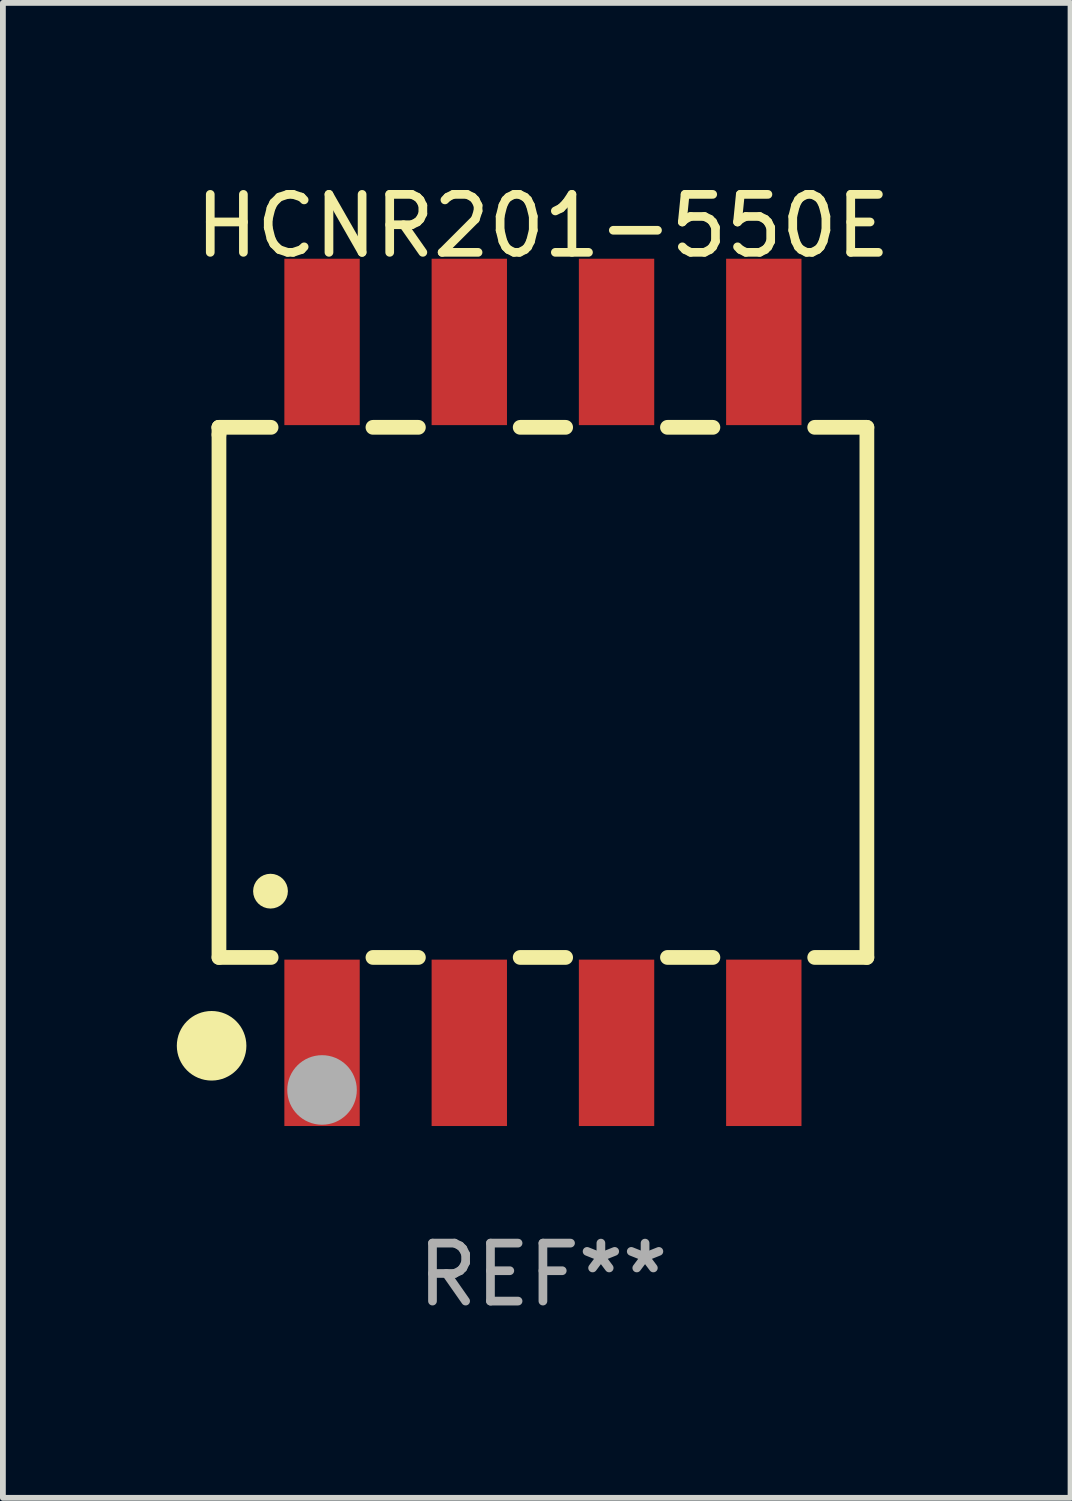
<source format=kicad_pcb>
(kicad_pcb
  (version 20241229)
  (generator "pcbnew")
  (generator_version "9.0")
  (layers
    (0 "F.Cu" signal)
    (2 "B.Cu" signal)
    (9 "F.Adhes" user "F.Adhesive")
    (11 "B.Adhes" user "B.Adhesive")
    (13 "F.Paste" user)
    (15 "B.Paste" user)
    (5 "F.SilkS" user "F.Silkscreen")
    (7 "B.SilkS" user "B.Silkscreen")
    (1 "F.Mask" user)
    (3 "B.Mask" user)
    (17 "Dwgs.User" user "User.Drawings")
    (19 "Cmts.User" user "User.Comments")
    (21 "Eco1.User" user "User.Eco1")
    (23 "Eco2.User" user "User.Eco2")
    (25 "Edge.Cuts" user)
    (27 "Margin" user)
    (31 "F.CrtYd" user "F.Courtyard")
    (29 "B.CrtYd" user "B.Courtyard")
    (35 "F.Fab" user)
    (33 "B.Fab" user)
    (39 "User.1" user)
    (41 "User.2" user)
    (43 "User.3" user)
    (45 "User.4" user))
  (footprint "HCNR201-550E"
    (layer "F.Cu")
    (at 6.315 8.893)
    (property "Reference" "HCNR201-550E" (at 0 -8.045 0) (layer "F.SilkS") (effects (font (size 1 1) (thickness 0.15))))
    (attr through_hole)
    (fp_line (start -5.588 -4.572) (end -5.588 -4.572) (stroke (width 0.254) (type solid)) (layer "F.SilkS"))
    (fp_line (start -5.588 -4.572) (end -5.588 -4.445) (stroke (width 0.254) (type solid)) (layer "F.SilkS"))
    (fp_line (start -5.588 -4.445) (end -5.588 4.572) (stroke (width 0.254) (type solid)) (layer "F.SilkS"))
    (fp_line (start -5.588 4.572) (end -4.688 4.572) (stroke (width 0.254) (type solid)) (layer "F.SilkS"))
    (fp_line (start -4.689 -4.572) (end -5.588 -4.572) (stroke (width 0.254) (type solid)) (layer "F.SilkS"))
    (fp_line (start -2.932 4.572) (end -2.148 4.572) (stroke (width 0.254) (type solid)) (layer "F.SilkS"))
    (fp_line (start -2.148 -4.572) (end -2.932 -4.572) (stroke (width 0.254) (type solid)) (layer "F.SilkS"))
    (fp_line (start -0.392 4.572) (end 0.392 4.572) (stroke (width 0.254) (type solid)) (layer "F.SilkS"))
    (fp_line (start 0.392 -4.572) (end -0.392 -4.572) (stroke (width 0.254) (type solid)) (layer "F.SilkS"))
    (fp_line (start 2.148 4.572) (end 2.932 4.572) (stroke (width 0.254) (type solid)) (layer "F.SilkS"))
    (fp_line (start 2.932 -4.572) (end 2.148 -4.572) (stroke (width 0.254) (type solid)) (layer "F.SilkS"))
    (fp_line (start 4.688 4.572) (end 5.588 4.572) (stroke (width 0.254) (type solid)) (layer "F.SilkS"))
    (fp_line (start 5.588 -4.572) (end 4.688 -4.572) (stroke (width 0.254) (type solid)) (layer "F.SilkS"))
    (fp_line (start 5.588 4.572) (end 5.588 -4.572) (stroke (width 0.254) (type solid)) (layer "F.SilkS"))
    (fp_circle (center -5.715 6.096) (end -5.415 6.096) (stroke (width 0.6) (type solid)) (fill no) (layer "F.SilkS"))
    (fp_circle (center -5.6 6.15) (end -5.57 6.15) (stroke (width 0.06) (type solid)) (fill no) (layer "F.SilkS"))
    (fp_circle (center -4.699 3.429) (end -4.549 3.429) (stroke (width 0.3) (type solid)) (fill no) (layer "F.SilkS"))
    (fp_circle (center -3.81 6.858) (end -3.51 6.858) (stroke (width 0.6) (type solid)) (fill no) (layer "F.Fab"))
    (fp_text user "REF**" (at 0 10.045 0) (layer "F.Fab") (effects (font (size 1 1) (thickness 0.15))))
    (pad "1" smd rect (at -3.81 6.045) (size 1.3 2.87) (layers "F.Cu" "F.Mask" "F.Paste"))
    (pad "2" smd rect (at -1.27 6.045) (size 1.3 2.87) (layers "F.Cu" "F.Mask" "F.Paste"))
    (pad "3" smd rect (at 1.27 6.045) (size 1.3 2.87) (layers "F.Cu" "F.Mask" "F.Paste"))
    (pad "4" smd rect (at 3.81 6.045) (size 1.3 2.87) (layers "F.Cu" "F.Mask" "F.Paste"))
    (pad "5" smd rect (at 3.81 -6.045) (size 1.3 2.87) (layers "F.Cu" "F.Mask" "F.Paste"))
    (pad "6" smd rect (at 1.27 -6.045) (size 1.3 2.87) (layers "F.Cu" "F.Mask" "F.Paste"))
    (pad "7" smd rect (at -1.27 -6.045) (size 1.3 2.87) (layers "F.Cu" "F.Mask" "F.Paste"))
    (pad "8" smd rect (at -3.81 -6.045) (size 1.3 2.87) (layers "F.Cu" "F.Mask" "F.Paste")))
  (gr_rect
    (start -3 -3)
    (end 15.416 22.787)
    (stroke (width 0.1) (type default))
    (fill no)
    (layer "Edge.Cuts")))
</source>
